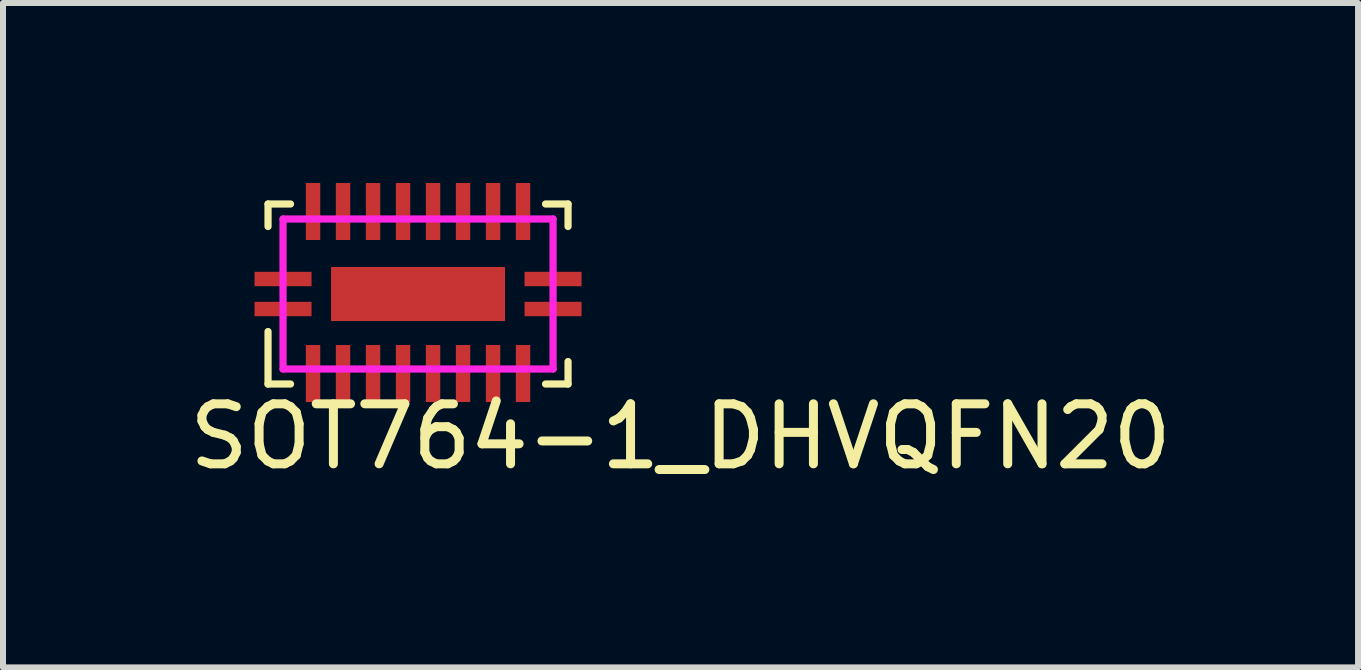
<source format=kicad_pcb>
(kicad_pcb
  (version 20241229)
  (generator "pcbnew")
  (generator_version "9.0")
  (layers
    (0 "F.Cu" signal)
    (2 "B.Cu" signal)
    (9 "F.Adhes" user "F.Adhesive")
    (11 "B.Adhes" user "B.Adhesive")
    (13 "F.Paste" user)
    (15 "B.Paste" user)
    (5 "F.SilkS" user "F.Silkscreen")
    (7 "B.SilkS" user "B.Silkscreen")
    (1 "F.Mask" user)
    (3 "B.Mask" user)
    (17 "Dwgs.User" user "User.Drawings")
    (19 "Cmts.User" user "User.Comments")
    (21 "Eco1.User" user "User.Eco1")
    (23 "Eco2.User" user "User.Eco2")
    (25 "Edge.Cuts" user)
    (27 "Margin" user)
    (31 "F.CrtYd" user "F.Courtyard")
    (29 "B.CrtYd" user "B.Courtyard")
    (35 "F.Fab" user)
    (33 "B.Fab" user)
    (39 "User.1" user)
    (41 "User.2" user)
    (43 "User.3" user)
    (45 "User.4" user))
  (footprint "SOT764-1_DHVQFN20"
    (layer "F.Cu")
    (at 3.917 1.85)
    (property "Reference" "SOT764-1_DHVQFN20" (at 4.375 2.375 0) (layer "F.SilkS") (effects (font (size 1 1) (thickness 0.15))))
    (attr through_hole)
    (fp_line (start -2.5 -1.5) (end -2.5 -1.125) (stroke (width 0.12) (type solid)) (layer "F.SilkS"))
    (fp_line (start -2.5 0.625) (end -2.5 1.5) (stroke (width 0.12) (type solid)) (layer "F.SilkS"))
    (fp_line (start -2.5 1.5) (end -2.125 1.5) (stroke (width 0.12) (type solid)) (layer "F.SilkS"))
    (fp_line (start -2.125 -1.5) (end -2.5 -1.5) (stroke (width 0.12) (type solid)) (layer "F.SilkS"))
    (fp_line (start 2.125 -1.5) (end 2.5 -1.5) (stroke (width 0.12) (type solid)) (layer "F.SilkS"))
    (fp_line (start 2.125 1.5) (end 2.5 1.5) (stroke (width 0.12) (type solid)) (layer "F.SilkS"))
    (fp_line (start 2.5 -1.5) (end 2.5 -1.125) (stroke (width 0.12) (type solid)) (layer "F.SilkS"))
    (fp_line (start 2.5 1.5) (end 2.5 1.125) (stroke (width 0.12) (type solid)) (layer "F.SilkS"))
    (fp_line (start -2.25 -1.25) (end -2.25 1.25) (stroke (width 0.12) (type solid)) (layer "F.CrtYd"))
    (fp_line (start -2.25 1.25) (end -0.75 1.25) (stroke (width 0.12) (type solid)) (layer "F.CrtYd"))
    (fp_line (start -0.75 1.25) (end 2.25 1.25) (stroke (width 0.12) (type solid)) (layer "F.CrtYd"))
    (fp_line (start 2.25 -1.25) (end -2.25 -1.25) (stroke (width 0.12) (type solid)) (layer "F.CrtYd"))
    (fp_line (start 2.25 1.25) (end 2.25 -1.25) (stroke (width 0.12) (type solid)) (layer "F.CrtYd"))
    (pad "" smd rect (at -0.5 0 180) (size 0.65 0.4) (layers "F.Paste"))
    (pad "" smd rect (at 0.5 0 180) (size 0.65 0.4) (layers "F.Paste"))
    (pad "1" smd rect (at -2.25 0.25 270) (size 0.24 0.95) (layers "F.Cu" "F.Mask" "F.Paste"))
    (pad "2" smd rect (at -1.75 1.325 180) (size 0.24 0.95) (layers "F.Cu" "F.Mask" "F.Paste"))
    (pad "3" smd rect (at -1.25 1.325 180) (size 0.24 0.95) (layers "F.Cu" "F.Mask" "F.Paste"))
    (pad "4" smd rect (at -0.75 1.325 180) (size 0.24 0.95) (layers "F.Cu" "F.Mask" "F.Paste"))
    (pad "5" smd rect (at -0.25 1.325 180) (size 0.24 0.95) (layers "F.Cu" "F.Mask" "F.Paste"))
    (pad "6" smd rect (at 0.25 1.325 180) (size 0.24 0.95) (layers "F.Cu" "F.Mask" "F.Paste"))
    (pad "7" smd rect (at 0.75 1.325 180) (size 0.24 0.95) (layers "F.Cu" "F.Mask" "F.Paste"))
    (pad "8" smd rect (at 1.25 1.325 180) (size 0.24 0.95) (layers "F.Cu" "F.Mask" "F.Paste"))
    (pad "9" smd rect (at 1.75 1.325 180) (size 0.24 0.95) (layers "F.Cu" "F.Mask" "F.Paste"))
    (pad "10" smd rect (at 2.25 0.25 270) (size 0.24 0.95) (layers "F.Cu" "F.Mask" "F.Paste"))
    (pad "11" smd rect (at 2.25 -0.25 270) (size 0.24 0.95) (layers "F.Cu" "F.Mask" "F.Paste"))
    (pad "12" smd rect (at 1.75 -1.375 180) (size 0.24 0.95) (layers "F.Cu" "F.Mask" "F.Paste"))
    (pad "13" smd rect (at 1.25 -1.375 180) (size 0.24 0.95) (layers "F.Cu" "F.Mask" "F.Paste"))
    (pad "14" smd rect (at 0.75 -1.375 180) (size 0.24 0.95) (layers "F.Cu" "F.Mask" "F.Paste"))
    (pad "15" smd rect (at 0.25 -1.375 180) (size 0.24 0.95) (layers "F.Cu" "F.Mask" "F.Paste"))
    (pad "16" smd rect (at -0.25 -1.375 180) (size 0.24 0.95) (layers "F.Cu" "F.Mask" "F.Paste"))
    (pad "17" smd rect (at -0.75 -1.375 180) (size 0.24 0.95) (layers "F.Cu" "F.Mask" "F.Paste"))
    (pad "18" smd rect (at -1.25 -1.375 180) (size 0.24 0.95) (layers "F.Cu" "F.Mask" "F.Paste"))
    (pad "19" smd rect (at -1.75 -1.375 180) (size 0.24 0.95) (layers "F.Cu" "F.Mask" "F.Paste"))
    (pad "20" smd rect (at -2.25 -0.25 270) (size 0.24 0.95) (layers "F.Cu" "F.Mask" "F.Paste"))
    (pad "21" smd rect (at 0 0 180) (size 2.9 0.9) (layers "F.Cu" "F.Mask")))
  (gr_rect
    (start -3 -3)
    (end 19.583 8.073)
    (stroke (width 0.1) (type default))
    (fill no)
    (layer "Edge.Cuts")))
</source>
